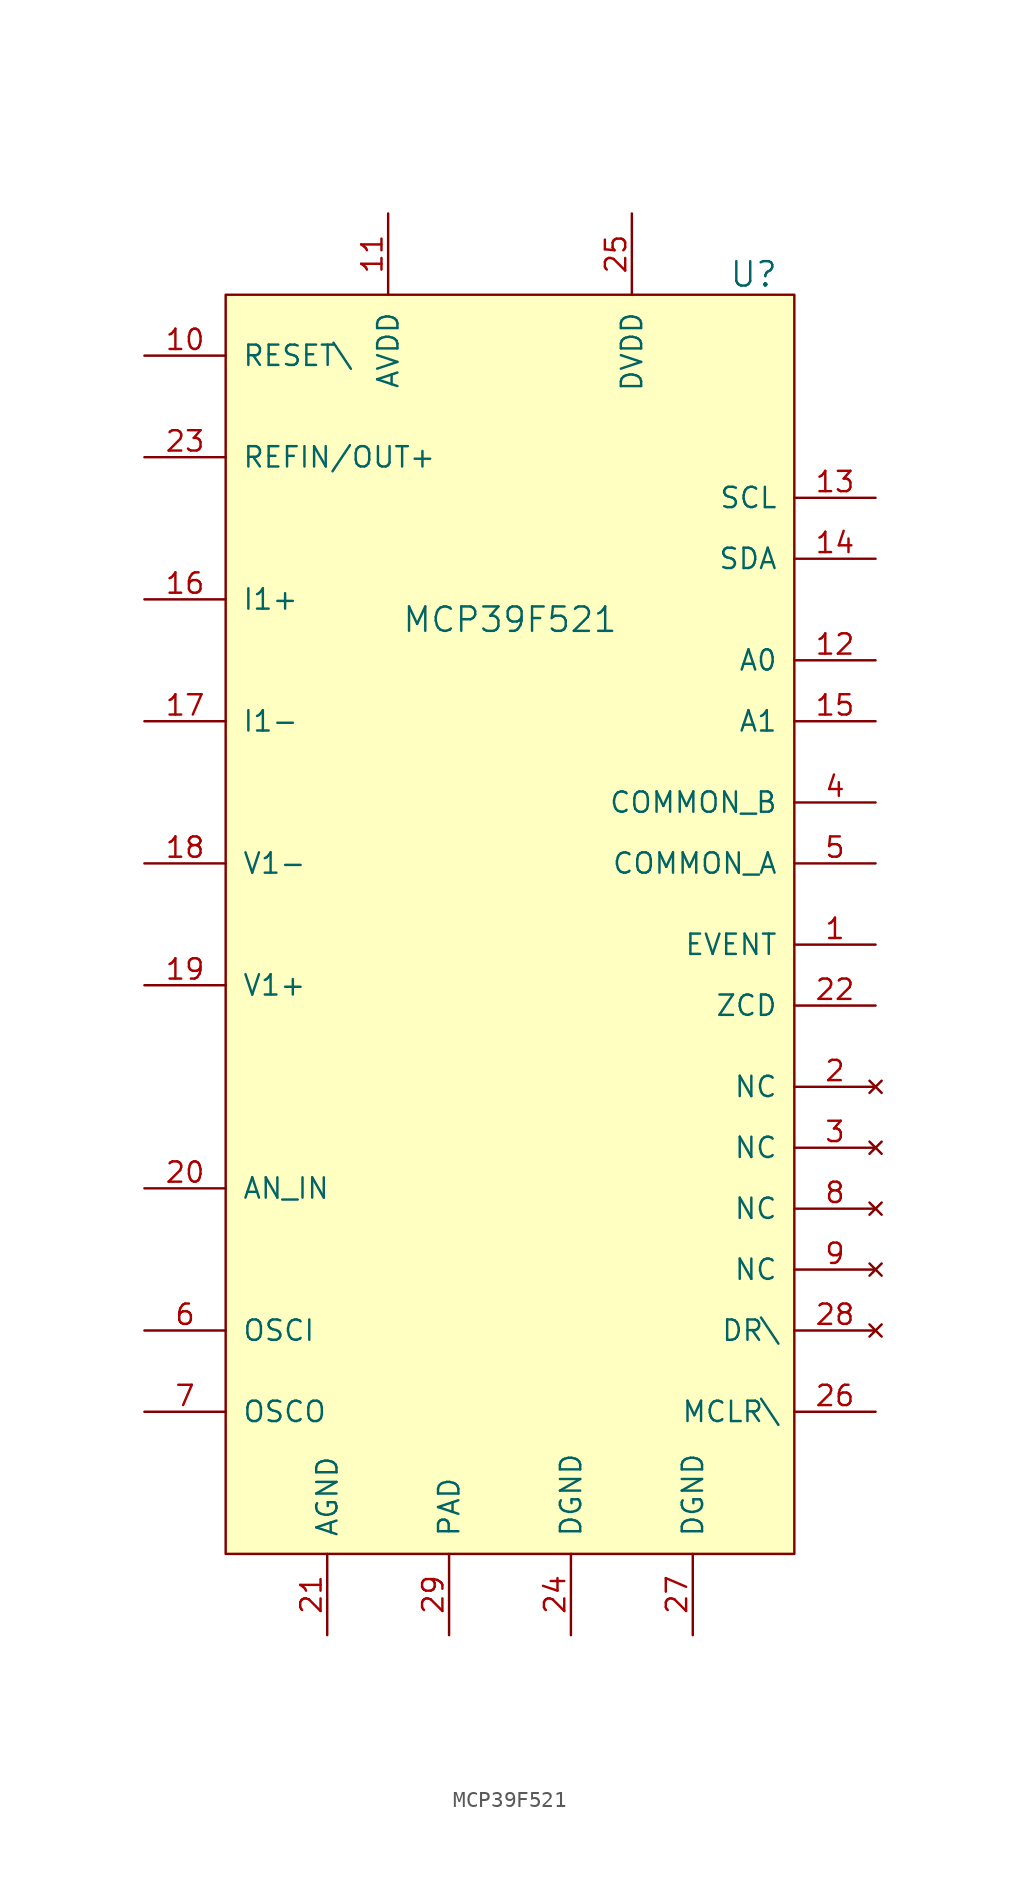
<source format=kicad_sym>
(kicad_symbol_lib
  (version 20211014)
  (generator kicad_symbol_editor)
  (symbol "MCP39F521"
    (pin_names
      (offset 1.016))
    (property "Reference" "U"
      (at 15.24 45.72 0)
      (effects (font (size 1.524 1.524))))
    (property "Value" "MCP39F521"
      (at 0 24.13 0)
      (effects (font (size 1.524 1.524))))
    (symbol "MCP39F521_0_1"
      (rectangle (start -17.78 44.45) (end 17.78 -34.29) (stroke (width 0) (type default) (color 0 0 0 0)) (fill (type background))))
    (symbol "MCP39F521_1_1"
      (pin output line (at 22.86 3.81 180) (length 5.08) (name "EVENT" (effects (font (size 1.27 1.27)))) (number "1" (effects (font (size 1.27 1.27)))))
      (pin input line (at -22.86 40.64 0) (length 5.08) (name "RESET\\" (effects (font (size 1.27 1.27)))) (number "10" (effects (font (size 1.27 1.27)))))
      (pin power_in line (at -7.62 49.53 270) (length 5.08) (name "AVDD" (effects (font (size 1.27 1.27)))) (number "11" (effects (font (size 1.27 1.27)))))
      (pin input line (at 22.86 21.59 180) (length 5.08) (name "A0" (effects (font (size 1.27 1.27)))) (number "12" (effects (font (size 1.27 1.27)))))
      (pin bidirectional line (at 22.86 31.75 180) (length 5.08) (name "SCL" (effects (font (size 1.27 1.27)))) (number "13" (effects (font (size 1.27 1.27)))))
      (pin bidirectional line (at 22.86 27.94 180) (length 5.08) (name "SDA" (effects (font (size 1.27 1.27)))) (number "14" (effects (font (size 1.27 1.27)))))
      (pin input line (at 22.86 17.78 180) (length 5.08) (name "A1" (effects (font (size 1.27 1.27)))) (number "15" (effects (font (size 1.27 1.27)))))
      (pin input line (at -22.86 25.4 0) (length 5.08) (name "I1+" (effects (font (size 1.27 1.27)))) (number "16" (effects (font (size 1.27 1.27)))))
      (pin input line (at -22.86 17.78 0) (length 5.08) (name "I1-" (effects (font (size 1.27 1.27)))) (number "17" (effects (font (size 1.27 1.27)))))
      (pin input line (at -22.86 8.89 0) (length 5.08) (name "V1-" (effects (font (size 1.27 1.27)))) (number "18" (effects (font (size 1.27 1.27)))))
      (pin input line (at -22.86 1.27 0) (length 5.08) (name "V1+" (effects (font (size 1.27 1.27)))) (number "19" (effects (font (size 1.27 1.27)))))
      (pin no_connect line (at 22.86 -5.08 180) (length 5.08) (name "NC" (effects (font (size 1.27 1.27)))) (number "2" (effects (font (size 1.27 1.27)))))
      (pin input line (at -22.86 -11.43 0) (length 5.08) (name "AN_IN" (effects (font (size 1.27 1.27)))) (number "20" (effects (font (size 1.27 1.27)))))
      (pin power_in line (at -11.43 -39.37 90) (length 5.08) (name "AGND" (effects (font (size 1.27 1.27)))) (number "21" (effects (font (size 1.27 1.27)))))
      (pin output line (at 22.86 0 180) (length 5.08) (name "ZCD" (effects (font (size 1.27 1.27)))) (number "22" (effects (font (size 1.27 1.27)))))
      (pin passive line (at -22.86 34.29 0) (length 5.08) (name "REFIN/OUT+" (effects (font (size 1.27 1.27)))) (number "23" (effects (font (size 1.27 1.27)))))
      (pin power_in line (at 3.81 -39.37 90) (length 5.08) (name "DGND" (effects (font (size 1.27 1.27)))) (number "24" (effects (font (size 1.27 1.27)))))
      (pin power_in line (at 7.62 49.53 270) (length 5.08) (name "DVDD" (effects (font (size 1.27 1.27)))) (number "25" (effects (font (size 1.27 1.27)))))
      (pin input line (at 22.86 -25.4 180) (length 5.08) (name "MCLR\\" (effects (font (size 1.27 1.27)))) (number "26" (effects (font (size 1.27 1.27)))))
      (pin power_in line (at 11.43 -39.37 90) (length 5.08) (name "DGND" (effects (font (size 1.27 1.27)))) (number "27" (effects (font (size 1.27 1.27)))))
      (pin no_connect line (at 22.86 -20.32 180) (length 5.08) (name "DR\\" (effects (font (size 1.27 1.27)))) (number "28" (effects (font (size 1.27 1.27)))))
      (pin power_in line (at -3.81 -39.37 90) (length 5.08) (name "PAD" (effects (font (size 1.27 1.27)))) (number "29" (effects (font (size 1.27 1.27)))))
      (pin no_connect line (at 22.86 -8.89 180) (length 5.08) (name "NC" (effects (font (size 1.27 1.27)))) (number "3" (effects (font (size 1.27 1.27)))))
      (pin passive line (at 22.86 12.7 180) (length 5.08) (name "COMMON_B" (effects (font (size 1.27 1.27)))) (number "4" (effects (font (size 1.27 1.27)))))
      (pin passive line (at 22.86 8.89 180) (length 5.08) (name "COMMON_A" (effects (font (size 1.27 1.27)))) (number "5" (effects (font (size 1.27 1.27)))))
      (pin input line (at -22.86 -20.32 0) (length 5.08) (name "OSCI" (effects (font (size 1.27 1.27)))) (number "6" (effects (font (size 1.27 1.27)))))
      (pin input line (at -22.86 -25.4 0) (length 5.08) (name "OSCO" (effects (font (size 1.27 1.27)))) (number "7" (effects (font (size 1.27 1.27)))))
      (pin no_connect line (at 22.86 -12.7 180) (length 5.08) (name "NC" (effects (font (size 1.27 1.27)))) (number "8" (effects (font (size 1.27 1.27)))))
      (pin no_connect line (at 22.86 -16.51 180) (length 5.08) (name "NC" (effects (font (size 1.27 1.27)))) (number "9" (effects (font (size 1.27 1.27))))))))
</source>
